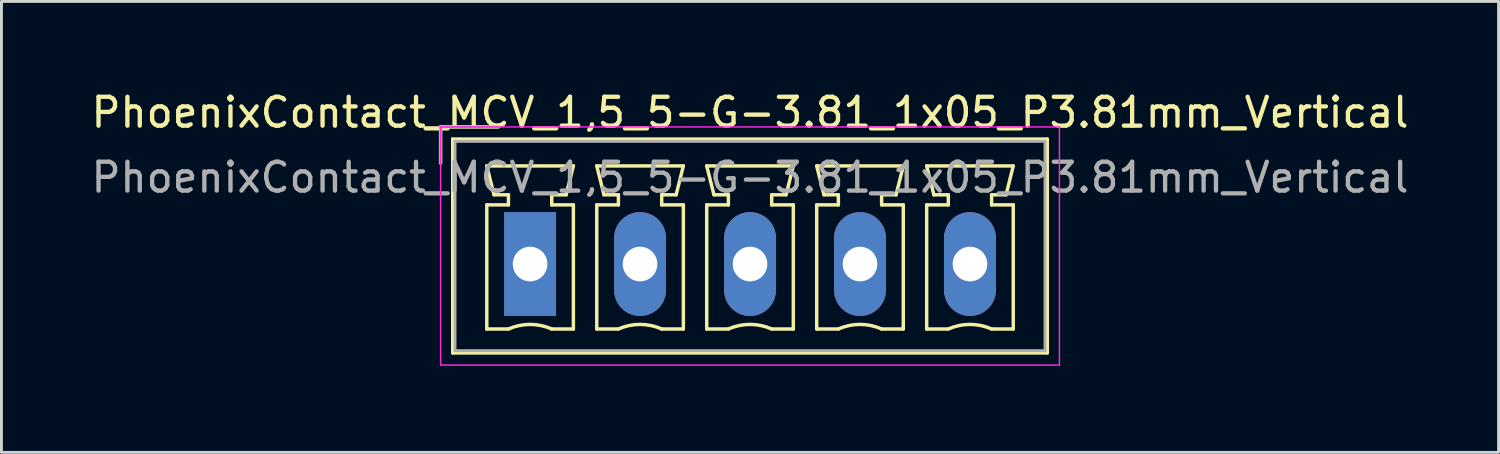
<source format=kicad_pcb>
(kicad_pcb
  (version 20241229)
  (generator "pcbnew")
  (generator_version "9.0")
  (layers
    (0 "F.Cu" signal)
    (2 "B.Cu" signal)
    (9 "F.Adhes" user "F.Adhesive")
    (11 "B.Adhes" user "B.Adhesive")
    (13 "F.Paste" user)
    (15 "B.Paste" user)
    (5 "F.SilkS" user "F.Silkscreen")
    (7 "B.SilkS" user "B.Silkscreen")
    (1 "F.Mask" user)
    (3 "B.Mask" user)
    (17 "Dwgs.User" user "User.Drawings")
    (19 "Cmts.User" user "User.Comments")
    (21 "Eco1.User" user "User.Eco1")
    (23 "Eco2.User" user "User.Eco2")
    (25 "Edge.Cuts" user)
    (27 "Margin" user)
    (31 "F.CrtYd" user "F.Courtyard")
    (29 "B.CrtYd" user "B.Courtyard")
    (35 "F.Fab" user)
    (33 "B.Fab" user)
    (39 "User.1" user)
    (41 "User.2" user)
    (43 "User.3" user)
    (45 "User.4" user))
  (footprint "PhoenixContact_MCV_1,5_5-G-3.81_1x05_P3.81mm_Vertical"
    (layer "F.Cu")
    (at 15.315 6.098)
    (property "Reference" "PhoenixContact_MCV_1,5_5-G-3.81_1x05_P3.81mm_Vertical" (at 7.62 -5.25 0) (layer "F.SilkS") (effects (font (size 1 1) (thickness 0.15))))
    (attr through_hole)
    (fp_line (start -3.1 -4.75) (end -1.1 -4.75) (stroke (width 0.12) (type solid)) (layer "F.SilkS"))
    (fp_line (start -3.1 -3.5) (end -3.1 -4.75) (stroke (width 0.12) (type solid)) (layer "F.SilkS"))
    (fp_line (start -2.68 -4.33) (end -2.68 3.08) (stroke (width 0.12) (type solid)) (layer "F.SilkS"))
    (fp_line (start -2.68 3.08) (end 17.92 3.08) (stroke (width 0.12) (type solid)) (layer "F.SilkS"))
    (fp_line (start -1.5 -3.4) (end 1.5 -3.4) (stroke (width 0.12) (type solid)) (layer "F.SilkS"))
    (fp_line (start -1.5 -2.05) (end -0.75 -2.05) (stroke (width 0.12) (type solid)) (layer "F.SilkS"))
    (fp_line (start -1.5 2.25) (end -1.5 -2.05) (stroke (width 0.12) (type solid)) (layer "F.SilkS"))
    (fp_line (start -1.25 -2.4) (end -1.5 -3.4) (stroke (width 0.12) (type solid)) (layer "F.SilkS"))
    (fp_line (start -0.75 -2.4) (end -1.25 -2.4) (stroke (width 0.12) (type solid)) (layer "F.SilkS"))
    (fp_line (start -0.75 -2.05) (end -0.75 -2.4) (stroke (width 0.12) (type solid)) (layer "F.SilkS"))
    (fp_line (start -0.75 2.25) (end -1.5 2.25) (stroke (width 0.12) (type solid)) (layer "F.SilkS"))
    (fp_line (start 0.75 -2.4) (end 0.75 -2.05) (stroke (width 0.12) (type solid)) (layer "F.SilkS"))
    (fp_line (start 0.75 -2.05) (end 1.5 -2.05) (stroke (width 0.12) (type solid)) (layer "F.SilkS"))
    (fp_line (start 1.25 -2.4) (end 0.75 -2.4) (stroke (width 0.12) (type solid)) (layer "F.SilkS"))
    (fp_line (start 1.5 -3.4) (end 1.25 -2.4) (stroke (width 0.12) (type solid)) (layer "F.SilkS"))
    (fp_line (start 1.5 -2.05) (end 1.5 2.25) (stroke (width 0.12) (type solid)) (layer "F.SilkS"))
    (fp_line (start 1.5 2.25) (end 0.75 2.25) (stroke (width 0.12) (type solid)) (layer "F.SilkS"))
    (fp_line (start 2.31 -3.4) (end 5.31 -3.4) (stroke (width 0.12) (type solid)) (layer "F.SilkS"))
    (fp_line (start 2.31 -2.05) (end 3.06 -2.05) (stroke (width 0.12) (type solid)) (layer "F.SilkS"))
    (fp_line (start 2.31 2.25) (end 2.31 -2.05) (stroke (width 0.12) (type solid)) (layer "F.SilkS"))
    (fp_line (start 2.56 -2.4) (end 2.31 -3.4) (stroke (width 0.12) (type solid)) (layer "F.SilkS"))
    (fp_line (start 3.06 -2.4) (end 2.56 -2.4) (stroke (width 0.12) (type solid)) (layer "F.SilkS"))
    (fp_line (start 3.06 -2.05) (end 3.06 -2.4) (stroke (width 0.12) (type solid)) (layer "F.SilkS"))
    (fp_line (start 3.06 2.25) (end 2.31 2.25) (stroke (width 0.12) (type solid)) (layer "F.SilkS"))
    (fp_line (start 4.56 -2.4) (end 4.56 -2.05) (stroke (width 0.12) (type solid)) (layer "F.SilkS"))
    (fp_line (start 4.56 -2.05) (end 5.31 -2.05) (stroke (width 0.12) (type solid)) (layer "F.SilkS"))
    (fp_line (start 5.06 -2.4) (end 4.56 -2.4) (stroke (width 0.12) (type solid)) (layer "F.SilkS"))
    (fp_line (start 5.31 -3.4) (end 5.06 -2.4) (stroke (width 0.12) (type solid)) (layer "F.SilkS"))
    (fp_line (start 5.31 -2.05) (end 5.31 2.25) (stroke (width 0.12) (type solid)) (layer "F.SilkS"))
    (fp_line (start 5.31 2.25) (end 4.56 2.25) (stroke (width 0.12) (type solid)) (layer "F.SilkS"))
    (fp_line (start 6.12 -3.4) (end 9.12 -3.4) (stroke (width 0.12) (type solid)) (layer "F.SilkS"))
    (fp_line (start 6.12 -2.05) (end 6.87 -2.05) (stroke (width 0.12) (type solid)) (layer "F.SilkS"))
    (fp_line (start 6.12 2.25) (end 6.12 -2.05) (stroke (width 0.12) (type solid)) (layer "F.SilkS"))
    (fp_line (start 6.37 -2.4) (end 6.12 -3.4) (stroke (width 0.12) (type solid)) (layer "F.SilkS"))
    (fp_line (start 6.87 -2.4) (end 6.37 -2.4) (stroke (width 0.12) (type solid)) (layer "F.SilkS"))
    (fp_line (start 6.87 -2.05) (end 6.87 -2.4) (stroke (width 0.12) (type solid)) (layer "F.SilkS"))
    (fp_line (start 6.87 2.25) (end 6.12 2.25) (stroke (width 0.12) (type solid)) (layer "F.SilkS"))
    (fp_line (start 8.37 -2.4) (end 8.37 -2.05) (stroke (width 0.12) (type solid)) (layer "F.SilkS"))
    (fp_line (start 8.37 -2.05) (end 9.12 -2.05) (stroke (width 0.12) (type solid)) (layer "F.SilkS"))
    (fp_line (start 8.87 -2.4) (end 8.37 -2.4) (stroke (width 0.12) (type solid)) (layer "F.SilkS"))
    (fp_line (start 9.12 -3.4) (end 8.87 -2.4) (stroke (width 0.12) (type solid)) (layer "F.SilkS"))
    (fp_line (start 9.12 -2.05) (end 9.12 2.25) (stroke (width 0.12) (type solid)) (layer "F.SilkS"))
    (fp_line (start 9.12 2.25) (end 8.37 2.25) (stroke (width 0.12) (type solid)) (layer "F.SilkS"))
    (fp_line (start 9.93 -3.4) (end 12.93 -3.4) (stroke (width 0.12) (type solid)) (layer "F.SilkS"))
    (fp_line (start 9.93 -2.05) (end 10.68 -2.05) (stroke (width 0.12) (type solid)) (layer "F.SilkS"))
    (fp_line (start 9.93 2.25) (end 9.93 -2.05) (stroke (width 0.12) (type solid)) (layer "F.SilkS"))
    (fp_line (start 10.18 -2.4) (end 9.93 -3.4) (stroke (width 0.12) (type solid)) (layer "F.SilkS"))
    (fp_line (start 10.68 -2.4) (end 10.18 -2.4) (stroke (width 0.12) (type solid)) (layer "F.SilkS"))
    (fp_line (start 10.68 -2.05) (end 10.68 -2.4) (stroke (width 0.12) (type solid)) (layer "F.SilkS"))
    (fp_line (start 10.68 2.25) (end 9.93 2.25) (stroke (width 0.12) (type solid)) (layer "F.SilkS"))
    (fp_line (start 12.18 -2.4) (end 12.18 -2.05) (stroke (width 0.12) (type solid)) (layer "F.SilkS"))
    (fp_line (start 12.18 -2.05) (end 12.93 -2.05) (stroke (width 0.12) (type solid)) (layer "F.SilkS"))
    (fp_line (start 12.68 -2.4) (end 12.18 -2.4) (stroke (width 0.12) (type solid)) (layer "F.SilkS"))
    (fp_line (start 12.93 -3.4) (end 12.68 -2.4) (stroke (width 0.12) (type solid)) (layer "F.SilkS"))
    (fp_line (start 12.93 -2.05) (end 12.93 2.25) (stroke (width 0.12) (type solid)) (layer "F.SilkS"))
    (fp_line (start 12.93 2.25) (end 12.18 2.25) (stroke (width 0.12) (type solid)) (layer "F.SilkS"))
    (fp_line (start 13.74 -3.4) (end 16.74 -3.4) (stroke (width 0.12) (type solid)) (layer "F.SilkS"))
    (fp_line (start 13.74 -2.05) (end 14.49 -2.05) (stroke (width 0.12) (type solid)) (layer "F.SilkS"))
    (fp_line (start 13.74 2.25) (end 13.74 -2.05) (stroke (width 0.12) (type solid)) (layer "F.SilkS"))
    (fp_line (start 13.99 -2.4) (end 13.74 -3.4) (stroke (width 0.12) (type solid)) (layer "F.SilkS"))
    (fp_line (start 14.49 -2.4) (end 13.99 -2.4) (stroke (width 0.12) (type solid)) (layer "F.SilkS"))
    (fp_line (start 14.49 -2.05) (end 14.49 -2.4) (stroke (width 0.12) (type solid)) (layer "F.SilkS"))
    (fp_line (start 14.49 2.25) (end 13.74 2.25) (stroke (width 0.12) (type solid)) (layer "F.SilkS"))
    (fp_line (start 15.99 -2.4) (end 15.99 -2.05) (stroke (width 0.12) (type solid)) (layer "F.SilkS"))
    (fp_line (start 15.99 -2.05) (end 16.74 -2.05) (stroke (width 0.12) (type solid)) (layer "F.SilkS"))
    (fp_line (start 16.49 -2.4) (end 15.99 -2.4) (stroke (width 0.12) (type solid)) (layer "F.SilkS"))
    (fp_line (start 16.74 -3.4) (end 16.49 -2.4) (stroke (width 0.12) (type solid)) (layer "F.SilkS"))
    (fp_line (start 16.74 -2.05) (end 16.74 2.25) (stroke (width 0.12) (type solid)) (layer "F.SilkS"))
    (fp_line (start 16.74 2.25) (end 15.99 2.25) (stroke (width 0.12) (type solid)) (layer "F.SilkS"))
    (fp_line (start 17.92 -4.33) (end -2.68 -4.33) (stroke (width 0.12) (type solid)) (layer "F.SilkS"))
    (fp_line (start 17.92 3.08) (end 17.92 -4.33) (stroke (width 0.12) (type solid)) (layer "F.SilkS"))
    (fp_arc (start -0.75 2.25) (mid -0.000193 2.09191) (end 0.749647 2.249844) (stroke (width 0.12) (type solid)) (layer "F.SilkS"))
    (fp_arc (start 3.06 2.25) (mid 3.809807 2.09191) (end 4.559647 2.249844) (stroke (width 0.12) (type solid)) (layer "F.SilkS"))
    (fp_arc (start 6.87 2.25) (mid 7.619807 2.09191) (end 8.369647 2.249844) (stroke (width 0.12) (type solid)) (layer "F.SilkS"))
    (fp_arc (start 10.68 2.25) (mid 11.429807 2.09191) (end 12.179647 2.249844) (stroke (width 0.12) (type solid)) (layer "F.SilkS"))
    (fp_arc (start 14.49 2.25) (mid 15.239807 2.09191) (end 15.989647 2.249844) (stroke (width 0.12) (type solid)) (layer "F.SilkS"))
    (fp_line (start -3.1 -4.75) (end -3.1 3.5) (stroke (width 0.05) (type solid)) (layer "F.CrtYd"))
    (fp_line (start -3.1 3.5) (end 18.34 3.5) (stroke (width 0.05) (type solid)) (layer "F.CrtYd"))
    (fp_line (start 18.34 -4.75) (end -3.1 -4.75) (stroke (width 0.05) (type solid)) (layer "F.CrtYd"))
    (fp_line (start 18.34 3.5) (end 18.34 -4.75) (stroke (width 0.05) (type solid)) (layer "F.CrtYd"))
    (fp_line (start -3.1 -4.75) (end -1.1 -4.75) (stroke (width 0.1) (type solid)) (layer "F.Fab"))
    (fp_line (start -3.1 -3.5) (end -3.1 -4.75) (stroke (width 0.1) (type solid)) (layer "F.Fab"))
    (fp_line (start -2.6 -4.25) (end -2.6 3) (stroke (width 0.1) (type solid)) (layer "F.Fab"))
    (fp_line (start -2.6 3) (end 17.84 3) (stroke (width 0.1) (type solid)) (layer "F.Fab"))
    (fp_line (start 17.84 -4.25) (end -2.6 -4.25) (stroke (width 0.1) (type solid)) (layer "F.Fab"))
    (fp_line (start 17.84 3) (end 17.84 -4.25) (stroke (width 0.1) (type solid)) (layer "F.Fab"))
    (fp_text user "${REFERENCE}" (at 7.62 -3 0) (layer "F.Fab") (effects (font (size 1 1) (thickness 0.15))))
    (pad "1" thru_hole rect (at 0 0) (size 1.8 3.6) (drill 1.2) (layers "*.Cu" "*.Mask"))
    (pad "2" thru_hole oval (at 3.81 0) (size 1.8 3.6) (drill 1.2) (layers "*.Cu" "*.Mask"))
    (pad "3" thru_hole oval (at 7.62 0) (size 1.8 3.6) (drill 1.2) (layers "*.Cu" "*.Mask"))
    (pad "4" thru_hole oval (at 11.43 0) (size 1.8 3.6) (drill 1.2) (layers "*.Cu" "*.Mask"))
    (pad "5" thru_hole oval (at 15.24 0) (size 1.8 3.6) (drill 1.2) (layers "*.Cu" "*.Mask")))
  (gr_rect
    (start -3 -3)
    (end 48.869 12.623)
    (stroke (width 0.1) (type default))
    (fill no)
    (layer "Edge.Cuts")))
</source>
